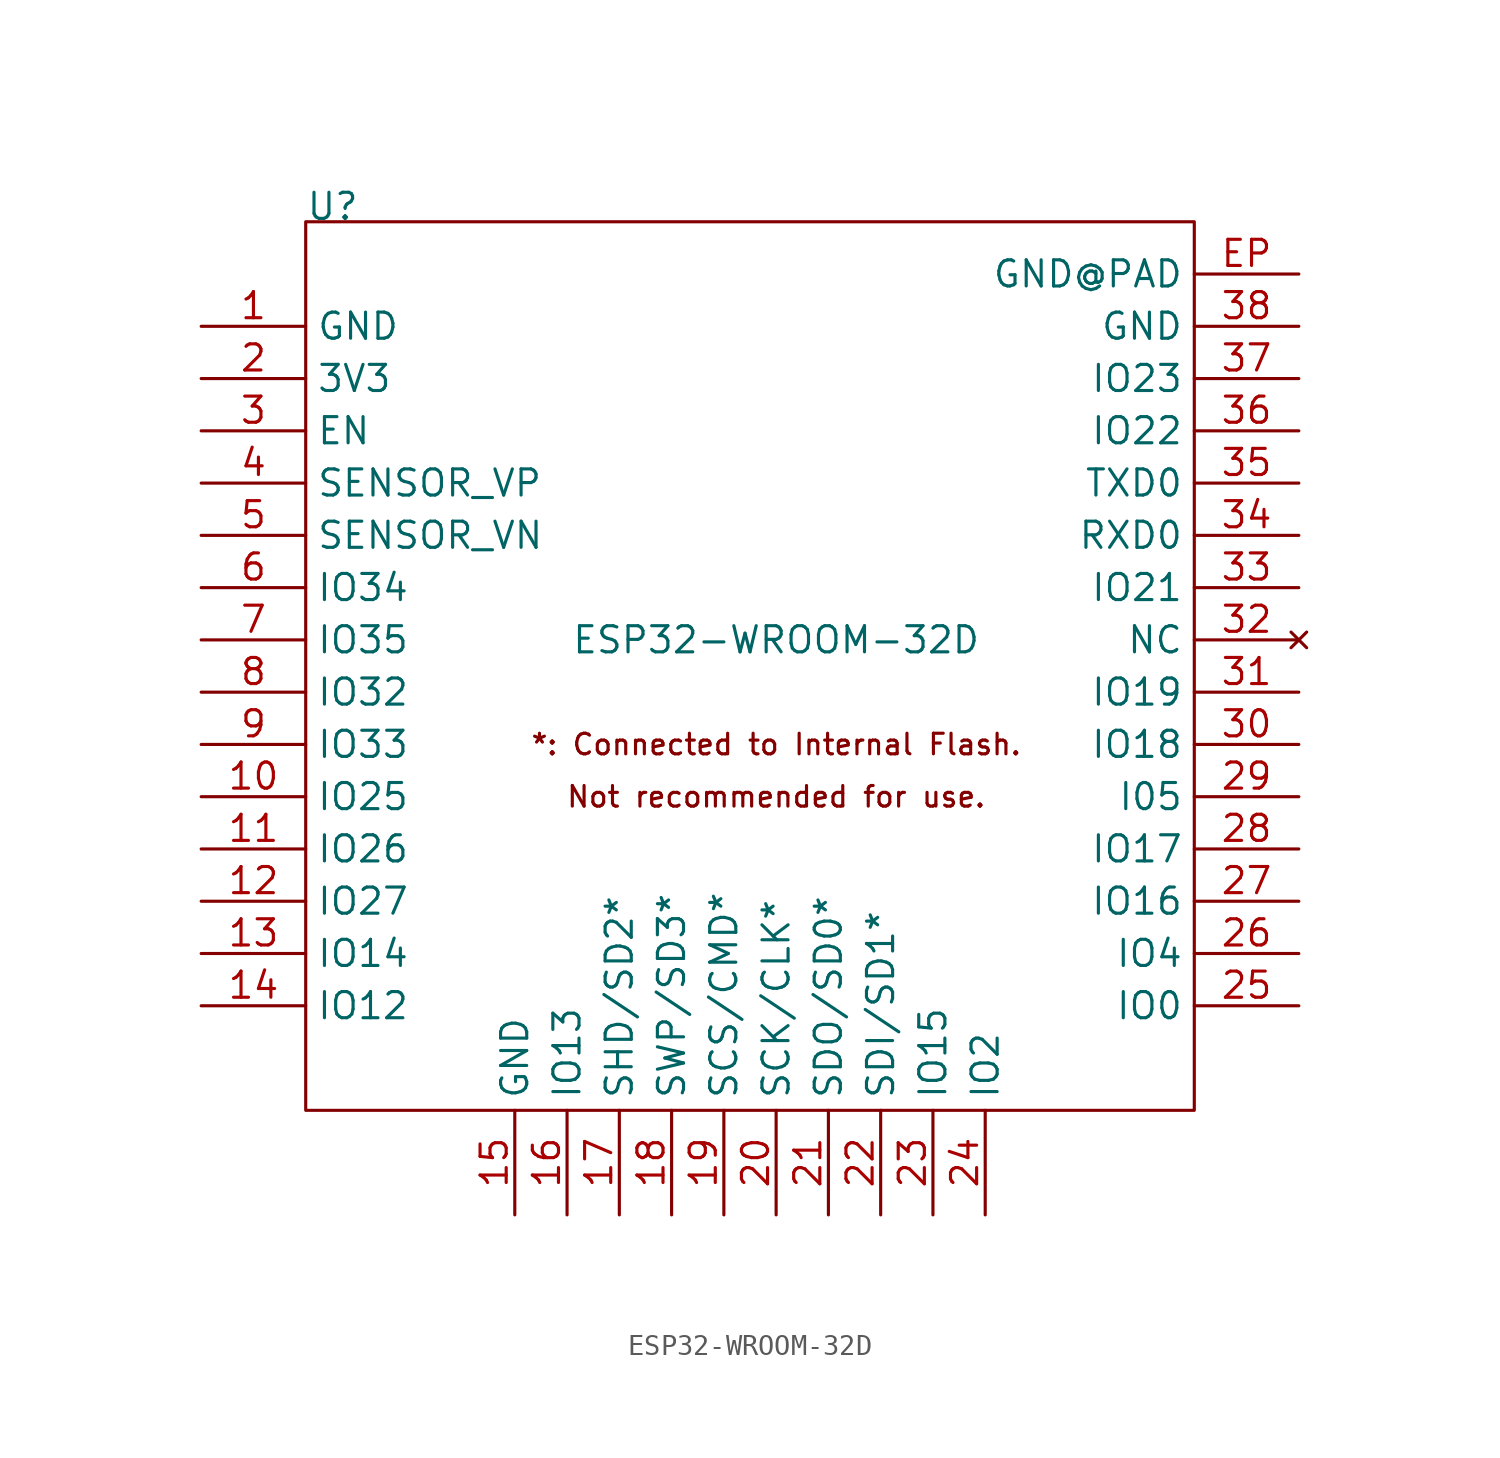
<source format=kicad_sym>
(kicad_symbol_lib
  (version 20220914)
  (generator kicad_symbol_editor)
  (symbol "ESP32-WROOM-32D"
    (property "Reference" "U"
      (at 5.08 5.08 0)
      (effects (font (size 1.27 1.27)) (justify left bottom)))
    (property "Value" "ESP32-WROOM-32D"
      (at 27.94 -15.24 0)
      (effects (font (size 1.27 1.27))))
    (symbol "ESP32-WROOM-32D_0_0"
      (text "*: Connected to Internal Flash." (at 27.94 -20.32 0) (effects (font (size 1 1))))
      (text "Not recommended for use." (at 27.94 -22.86 0) (effects (font (size 1 1)))))
    (symbol "ESP32-WROOM-32D_0_1"
      (rectangle (start 5.08 5.08) (end 48.26 -38.1) (stroke (width 0.152) (type default)) (fill (type none))))
    (symbol "ESP32-WROOM-32D_1_1"
      (pin power_in line (at 0 0 0) (length 5.08) (name "GND" (effects (font (size 1.27 1.27)))) (number "1" (effects (font (size 1.27 1.27)))))
      (pin bidirectional line (at 0 -22.86 0) (length 5.08) (name "IO25" (effects (font (size 1.27 1.27)))) (number "10" (effects (font (size 1.27 1.27)))))
      (pin bidirectional line (at 0 -25.4 0) (length 5.08) (name "IO26" (effects (font (size 1.27 1.27)))) (number "11" (effects (font (size 1.27 1.27)))))
      (pin bidirectional line (at 0 -27.94 0) (length 5.08) (name "IO27" (effects (font (size 1.27 1.27)))) (number "12" (effects (font (size 1.27 1.27)))))
      (pin bidirectional line (at 0 -30.48 0) (length 5.08) (name "IO14" (effects (font (size 1.27 1.27)))) (number "13" (effects (font (size 1.27 1.27)))))
      (pin bidirectional line (at 0 -33.02 0) (length 5.08) (name "IO12" (effects (font (size 1.27 1.27)))) (number "14" (effects (font (size 1.27 1.27)))))
      (pin power_in line (at 15.24 -43.18 90) (length 5.08) (name "GND" (effects (font (size 1.27 1.27)))) (number "15" (effects (font (size 1.27 1.27)))))
      (pin bidirectional line (at 17.78 -43.18 90) (length 5.08) (name "IO13" (effects (font (size 1.27 1.27)))) (number "16" (effects (font (size 1.27 1.27)))))
      (pin bidirectional line (at 20.32 -43.18 90) (length 5.08) (name "SHD/SD2*" (effects (font (size 1.27 1.27)))) (number "17" (effects (font (size 1.27 1.27)))))
      (pin bidirectional line (at 22.86 -43.18 90) (length 5.08) (name "SWP/SD3*" (effects (font (size 1.27 1.27)))) (number "18" (effects (font (size 1.27 1.27)))))
      (pin bidirectional line (at 25.4 -43.18 90) (length 5.08) (name "SCS/CMD*" (effects (font (size 1.27 1.27)))) (number "19" (effects (font (size 1.27 1.27)))))
      (pin power_in line (at 0 -2.54 0) (length 5.08) (name "3V3" (effects (font (size 1.27 1.27)))) (number "2" (effects (font (size 1.27 1.27)))))
      (pin bidirectional line (at 27.94 -43.18 90) (length 5.08) (name "SCK/CLK*" (effects (font (size 1.27 1.27)))) (number "20" (effects (font (size 1.27 1.27)))))
      (pin bidirectional line (at 30.48 -43.18 90) (length 5.08) (name "SDO/SD0*" (effects (font (size 1.27 1.27)))) (number "21" (effects (font (size 1.27 1.27)))))
      (pin bidirectional line (at 33.02 -43.18 90) (length 5.08) (name "SDI/SD1*" (effects (font (size 1.27 1.27)))) (number "22" (effects (font (size 1.27 1.27)))))
      (pin bidirectional line (at 35.56 -43.18 90) (length 5.08) (name "IO15" (effects (font (size 1.27 1.27)))) (number "23" (effects (font (size 1.27 1.27)))))
      (pin bidirectional line (at 38.1 -43.18 90) (length 5.08) (name "IO2" (effects (font (size 1.27 1.27)))) (number "24" (effects (font (size 1.27 1.27)))))
      (pin bidirectional line (at 53.34 -33.02 180) (length 5.08) (name "IO0" (effects (font (size 1.27 1.27)))) (number "25" (effects (font (size 1.27 1.27)))))
      (pin bidirectional line (at 53.34 -30.48 180) (length 5.08) (name "IO4" (effects (font (size 1.27 1.27)))) (number "26" (effects (font (size 1.27 1.27)))))
      (pin bidirectional line (at 53.34 -27.94 180) (length 5.08) (name "IO16" (effects (font (size 1.27 1.27)))) (number "27" (effects (font (size 1.27 1.27)))))
      (pin bidirectional line (at 53.34 -25.4 180) (length 5.08) (name "IO17" (effects (font (size 1.27 1.27)))) (number "28" (effects (font (size 1.27 1.27)))))
      (pin bidirectional line (at 53.34 -22.86 180) (length 5.08) (name "I05" (effects (font (size 1.27 1.27)))) (number "29" (effects (font (size 1.27 1.27)))))
      (pin input line (at 0 -5.08 0) (length 5.08) (name "EN" (effects (font (size 1.27 1.27)))) (number "3" (effects (font (size 1.27 1.27)))))
      (pin bidirectional line (at 53.34 -20.32 180) (length 5.08) (name "IO18" (effects (font (size 1.27 1.27)))) (number "30" (effects (font (size 1.27 1.27)))))
      (pin bidirectional line (at 53.34 -17.78 180) (length 5.08) (name "IO19" (effects (font (size 1.27 1.27)))) (number "31" (effects (font (size 1.27 1.27)))))
      (pin no_connect line (at 53.34 -15.24 180) (length 5.08) (name "NC" (effects (font (size 1.27 1.27)))) (number "32" (effects (font (size 1.27 1.27)))))
      (pin bidirectional line (at 53.34 -12.7 180) (length 5.08) (name "IO21" (effects (font (size 1.27 1.27)))) (number "33" (effects (font (size 1.27 1.27)))))
      (pin bidirectional line (at 53.34 -10.16 180) (length 5.08) (name "RXD0" (effects (font (size 1.27 1.27)))) (number "34" (effects (font (size 1.27 1.27)))))
      (pin bidirectional line (at 53.34 -7.62 180) (length 5.08) (name "TXD0" (effects (font (size 1.27 1.27)))) (number "35" (effects (font (size 1.27 1.27)))))
      (pin bidirectional line (at 53.34 -5.08 180) (length 5.08) (name "IO22" (effects (font (size 1.27 1.27)))) (number "36" (effects (font (size 1.27 1.27)))))
      (pin bidirectional line (at 53.34 -2.54 180) (length 5.08) (name "IO23" (effects (font (size 1.27 1.27)))) (number "37" (effects (font (size 1.27 1.27)))))
      (pin power_in line (at 53.34 0 180) (length 5.08) (name "GND" (effects (font (size 1.27 1.27)))) (number "38" (effects (font (size 1.27 1.27)))))
      (pin input line (at 0 -7.62 0) (length 5.08) (name "SENSOR_VP" (effects (font (size 1.27 1.27)))) (number "4" (effects (font (size 1.27 1.27)))))
      (pin input line (at 0 -10.16 0) (length 5.08) (name "SENSOR_VN" (effects (font (size 1.27 1.27)))) (number "5" (effects (font (size 1.27 1.27)))))
      (pin input line (at 0 -12.7 0) (length 5.08) (name "IO34" (effects (font (size 1.27 1.27)))) (number "6" (effects (font (size 1.27 1.27)))))
      (pin input line (at 0 -15.24 0) (length 5.08) (name "IO35" (effects (font (size 1.27 1.27)))) (number "7" (effects (font (size 1.27 1.27)))))
      (pin bidirectional line (at 0 -17.78 0) (length 5.08) (name "IO32" (effects (font (size 1.27 1.27)))) (number "8" (effects (font (size 1.27 1.27)))))
      (pin bidirectional line (at 0 -20.32 0) (length 5.08) (name "IO33" (effects (font (size 1.27 1.27)))) (number "9" (effects (font (size 1.27 1.27)))))
      (pin power_in line (at 53.34 2.54 180) (length 5.08) (name "GND@PAD" (effects (font (size 1.27 1.27)))) (number "EP" (effects (font (size 1.27 1.27))))))))
</source>
